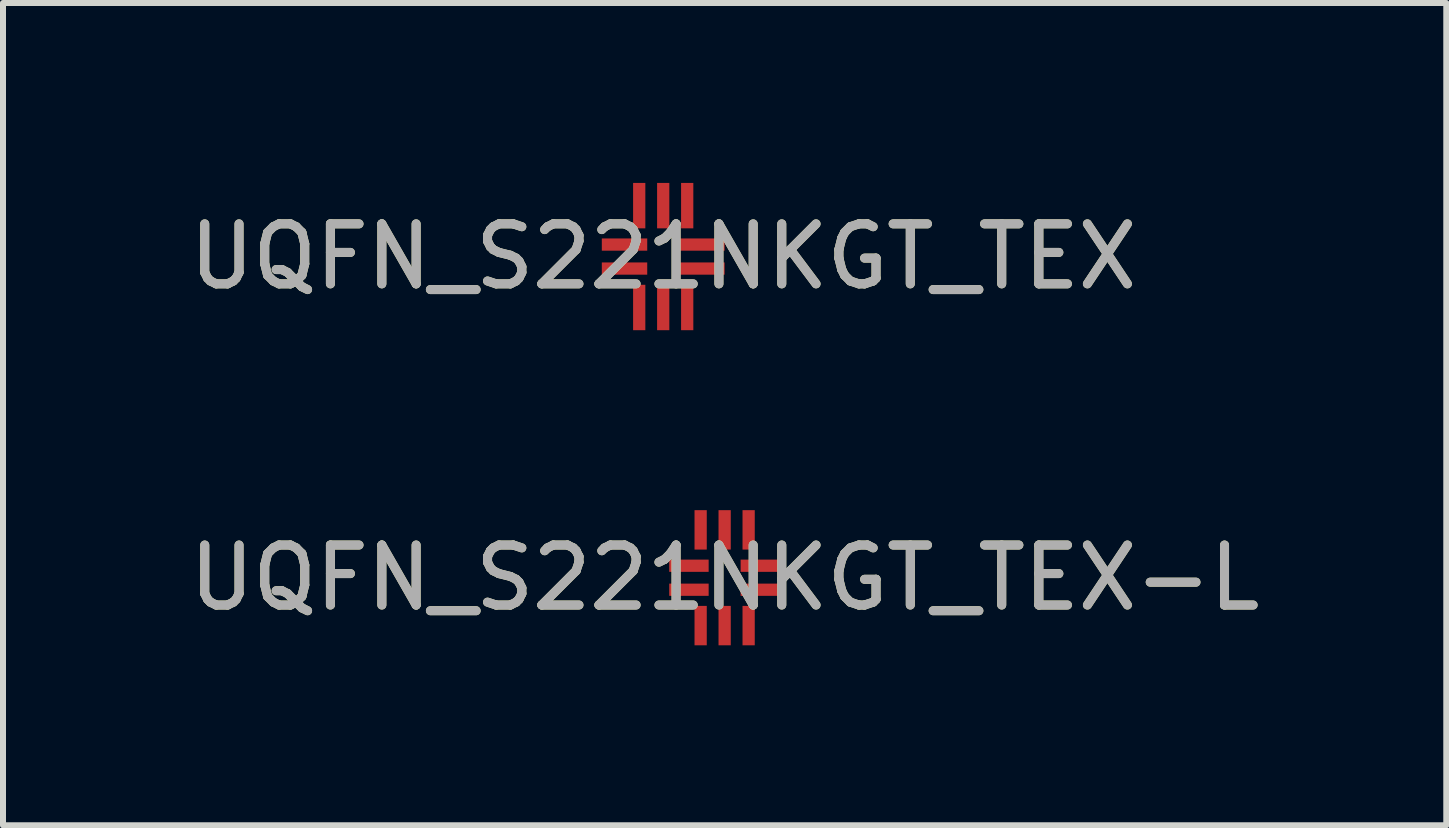
<source format=kicad_pcb>
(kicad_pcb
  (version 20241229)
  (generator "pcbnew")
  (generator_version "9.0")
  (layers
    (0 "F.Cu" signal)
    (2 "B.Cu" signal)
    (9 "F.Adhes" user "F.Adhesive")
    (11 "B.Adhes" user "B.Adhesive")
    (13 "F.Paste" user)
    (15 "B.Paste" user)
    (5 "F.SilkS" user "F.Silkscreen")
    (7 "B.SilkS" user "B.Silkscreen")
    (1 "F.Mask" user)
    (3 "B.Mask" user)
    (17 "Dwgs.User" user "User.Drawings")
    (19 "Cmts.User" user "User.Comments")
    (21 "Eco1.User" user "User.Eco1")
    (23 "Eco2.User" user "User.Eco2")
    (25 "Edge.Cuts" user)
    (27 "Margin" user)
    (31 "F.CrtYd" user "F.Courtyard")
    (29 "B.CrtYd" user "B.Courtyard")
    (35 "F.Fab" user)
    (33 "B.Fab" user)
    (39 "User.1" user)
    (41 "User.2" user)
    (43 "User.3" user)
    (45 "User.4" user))
  (footprint "UQFN_S221NKGT_TEX-L"
    (layer "F.Cu")
    (at 9.03 6.581)
    (property "Reference" "UQFN_S221NKGT_TEX-L" (at 0 0 0) (unlocked yes) (layer "F.SilkS") (effects (font (size 1 1) (thickness 0.15))))
    (attr smd)
    (fp_text user "${REFERENCE}" (at 0 0 0) (unlocked yes) (layer "F.Fab") (effects (font (size 1 1) (thickness 0.15))))
    (pad "1" smd rect (at -0.595 -0.2 90) (size 0.204 0.657) (layers "F.Cu" "F.Mask" "F.Paste"))
    (pad "2" smd rect (at -0.595 0.2 90) (size 0.204 0.657) (layers "F.Cu" "F.Mask" "F.Paste"))
    (pad "3" smd rect (at -0.4 0.798) (size 0.204 0.657) (layers "F.Cu" "F.Mask" "F.Paste"))
    (pad "4" smd rect (at 0 0.798) (size 0.204 0.657) (layers "F.Cu" "F.Mask" "F.Paste"))
    (pad "5" smd rect (at 0.4 0.798) (size 0.204 0.657) (layers "F.Cu" "F.Mask" "F.Paste"))
    (pad "6" smd rect (at 0.595 0.2 90) (size 0.204 0.657) (layers "F.Cu" "F.Mask" "F.Paste"))
    (pad "7" smd rect (at 0.595 -0.2 90) (size 0.204 0.657) (layers "F.Cu" "F.Mask" "F.Paste"))
    (pad "8" smd rect (at 0.4 -0.798) (size 0.204 0.657) (layers "F.Cu" "F.Mask" "F.Paste"))
    (pad "9" smd rect (at 0 -0.798) (size 0.204 0.657) (layers "F.Cu" "F.Mask" "F.Paste"))
    (pad "10" smd rect (at -0.4 -0.798) (size 0.204 0.657) (layers "F.Cu" "F.Mask" "F.Paste")))
  (footprint "UQFN_S221NKGT_TEX"
    (layer "F.Cu")
    (at 8.006 1.227)
    (property "Reference" "UQFN_S221NKGT_TEX" (at 0 0 0) (unlocked yes) (layer "F.SilkS") (effects (font (size 1 1) (thickness 0.15))))
    (attr smd)
    (fp_text user "${REFERENCE}" (at 0 0 0) (unlocked yes) (layer "F.Fab") (effects (font (size 1 1) (thickness 0.15))))
    (pad "1" smd rect (at -0.645 -0.2 90) (size 0.204 0.757) (layers "F.Cu" "F.Mask" "F.Paste"))
    (pad "2" smd rect (at -0.645 0.2 90) (size 0.204 0.757) (layers "F.Cu" "F.Mask" "F.Paste"))
    (pad "3" smd rect (at -0.4 0.849) (size 0.204 0.757) (layers "F.Cu" "F.Mask" "F.Paste"))
    (pad "4" smd rect (at 0 0.849) (size 0.204 0.757) (layers "F.Cu" "F.Mask" "F.Paste"))
    (pad "5" smd rect (at 0.4 0.849) (size 0.204 0.757) (layers "F.Cu" "F.Mask" "F.Paste"))
    (pad "6" smd rect (at 0.645 0.2 90) (size 0.204 0.757) (layers "F.Cu" "F.Mask" "F.Paste"))
    (pad "7" smd rect (at 0.645 -0.2 90) (size 0.204 0.757) (layers "F.Cu" "F.Mask" "F.Paste"))
    (pad "8" smd rect (at 0.4 -0.849) (size 0.204 0.757) (layers "F.Cu" "F.Mask" "F.Paste"))
    (pad "9" smd rect (at 0 -0.849) (size 0.204 0.757) (layers "F.Cu" "F.Mask" "F.Paste"))
    (pad "10" smd rect (at -0.4 -0.849) (size 0.204 0.757) (layers "F.Cu" "F.Mask" "F.Paste")))
  (gr_rect
    (start -3 -3)
    (end 21.06 10.708)
    (stroke (width 0.1) (type default))
    (fill no)
    (layer "Edge.Cuts")))
</source>
